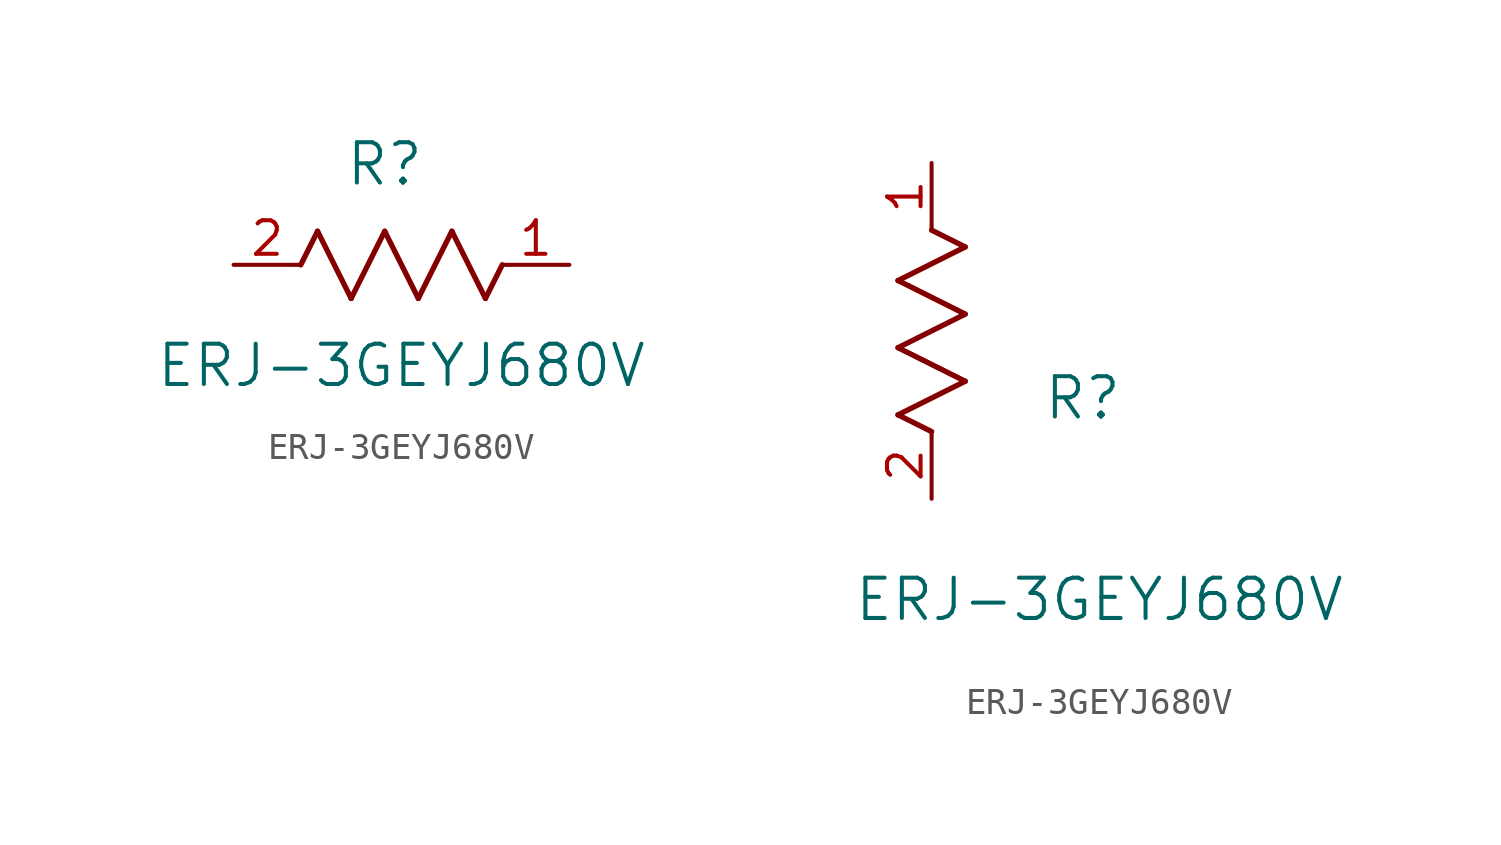
<source format=kicad_sym>
(kicad_symbol_lib
  (version 20211014)
  (generator kicad_symbol_editor)
  (symbol "ERJ-3GEYJ680V"
    (pin_names
      (offset 0.254))
    (property "Reference" "R"
      (at 5.715 3.81 0)
      (effects (font (size 1.524 1.524))))
    (property "Value" "ERJ-3GEYJ680V"
      (at 6.35 -3.81 0)
      (effects (font (size 1.524 1.524))))
    (symbol "ERJ-3GEYJ680V_1_1"
      (polyline (pts (xy 3.175 1.27) (xy 4.445 -1.27)) (stroke (width 0.203) (type default) (color 0 0 0 0)) (fill (type none)))
      (polyline (pts (xy 4.445 -1.27) (xy 5.715 1.27)) (stroke (width 0.203) (type default) (color 0 0 0 0)) (fill (type none)))
      (polyline (pts (xy 5.715 1.27) (xy 6.985 -1.27)) (stroke (width 0.203) (type default) (color 0 0 0 0)) (fill (type none)))
      (polyline (pts (xy 6.985 -1.27) (xy 8.255 1.27)) (stroke (width 0.203) (type default) (color 0 0 0 0)) (fill (type none)))
      (polyline (pts (xy 8.255 1.27) (xy 9.525 -1.27)) (stroke (width 0.203) (type default) (color 0 0 0 0)) (fill (type none)))
      (polyline (pts (xy 2.54 0) (xy 3.175 1.27)) (stroke (width 0.203) (type default) (color 0 0 0 0)) (fill (type none)))
      (polyline (pts (xy 9.525 -1.27) (xy 10.16 0)) (stroke (width 0.203) (type default) (color 0 0 0 0)) (fill (type none)))
      (pin unspecified line (at 12.7 0 180) (length 2.54) (name "" (effects (font (size 1.27 1.27)))) (number "1" (effects (font (size 1.27 1.27)))))
      (pin unspecified line (at 0 0 0) (length 2.54) (name "" (effects (font (size 1.27 1.27)))) (number "2" (effects (font (size 1.27 1.27))))))
    (symbol "ERJ-3GEYJ680V_1_2"
      (polyline (pts (xy 0 2.54) (xy -1.27 3.175)) (stroke (width 0.203) (type default) (color 0 0 0 0)) (fill (type none)))
      (polyline (pts (xy -1.27 3.175) (xy 1.27 4.445)) (stroke (width 0.203) (type default) (color 0 0 0 0)) (fill (type none)))
      (polyline (pts (xy 1.27 4.445) (xy -1.27 5.715)) (stroke (width 0.203) (type default) (color 0 0 0 0)) (fill (type none)))
      (polyline (pts (xy -1.27 5.715) (xy 1.27 6.985)) (stroke (width 0.203) (type default) (color 0 0 0 0)) (fill (type none)))
      (polyline (pts (xy -1.27 8.255) (xy 1.27 9.525)) (stroke (width 0.203) (type default) (color 0 0 0 0)) (fill (type none)))
      (polyline (pts (xy 1.27 9.525) (xy 0 10.16)) (stroke (width 0.203) (type default) (color 0 0 0 0)) (fill (type none)))
      (polyline (pts (xy 1.27 6.985) (xy -1.27 8.255)) (stroke (width 0.203) (type default) (color 0 0 0 0)) (fill (type none)))
      (pin unspecified line (at 0 12.7 270) (length 2.54) (name "" (effects (font (size 1.27 1.27)))) (number "1" (effects (font (size 1.27 1.27)))))
      (pin unspecified line (at 0 0 90) (length 2.54) (name "" (effects (font (size 1.27 1.27)))) (number "2" (effects (font (size 1.27 1.27))))))))
</source>
